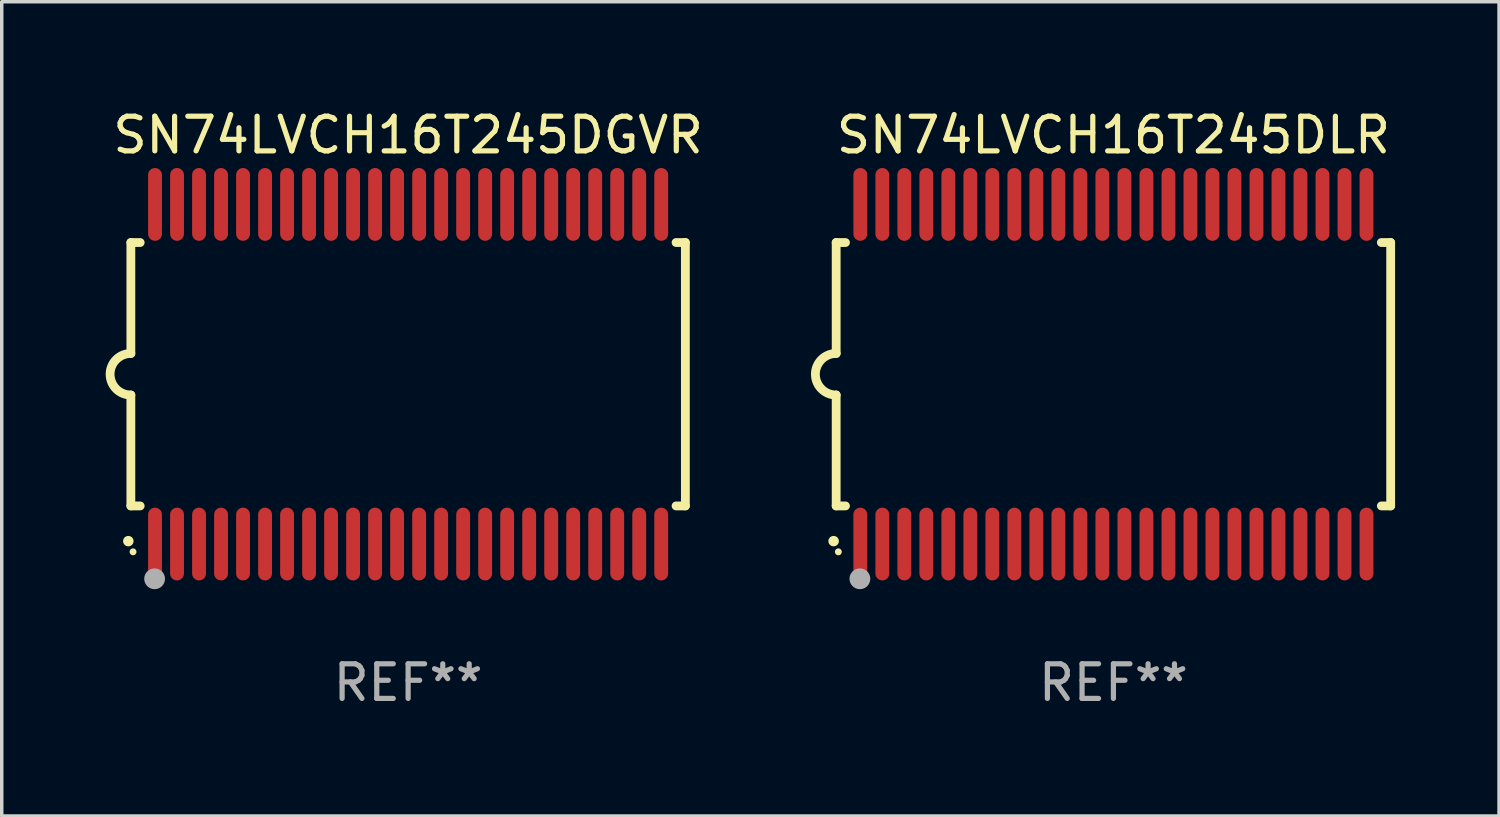
<source format=kicad_pcb>
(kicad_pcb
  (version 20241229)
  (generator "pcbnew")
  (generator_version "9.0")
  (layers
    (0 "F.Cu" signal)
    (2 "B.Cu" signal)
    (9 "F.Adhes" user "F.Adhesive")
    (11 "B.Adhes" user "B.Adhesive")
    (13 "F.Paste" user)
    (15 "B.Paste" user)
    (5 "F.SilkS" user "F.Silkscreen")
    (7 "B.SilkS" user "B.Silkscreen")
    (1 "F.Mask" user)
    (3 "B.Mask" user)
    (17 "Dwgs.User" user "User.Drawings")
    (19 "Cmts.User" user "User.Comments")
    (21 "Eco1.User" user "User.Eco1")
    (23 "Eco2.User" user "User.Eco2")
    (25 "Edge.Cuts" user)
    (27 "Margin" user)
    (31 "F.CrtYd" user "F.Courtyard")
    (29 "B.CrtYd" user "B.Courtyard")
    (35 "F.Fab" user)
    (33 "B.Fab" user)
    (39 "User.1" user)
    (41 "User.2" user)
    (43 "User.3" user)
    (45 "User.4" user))
  (footprint "SN74LVCH16T245DLR"
    (layer "F.Cu")
    (at 29.077 7.748)
    (property "Reference" "SN74LVCH16T245DLR" (at 0 -6.9 0) (layer "F.SilkS") (effects (font (size 1 1) (thickness 0.15))))
    (attr through_hole)
    (fp_line (start -8 -3.8) (end -8 -0.599) (stroke (width 0.254) (type solid)) (layer "F.SilkS"))
    (fp_line (start -8 -3.8) (end -7.731 -3.8) (stroke (width 0.254) (type solid)) (layer "F.SilkS"))
    (fp_line (start -8 3.8) (end -8 0.599) (stroke (width 0.254) (type solid)) (layer "F.SilkS"))
    (fp_line (start -7.731 3.8) (end -8 3.8) (stroke (width 0.254) (type solid)) (layer "F.SilkS"))
    (fp_line (start 7.731 -3.8) (end 8 -3.8) (stroke (width 0.254) (type solid)) (layer "F.SilkS"))
    (fp_line (start 8 -3.8) (end 8 3.8) (stroke (width 0.254) (type solid)) (layer "F.SilkS"))
    (fp_line (start 8 3.8) (end 7.731 3.8) (stroke (width 0.254) (type solid)) (layer "F.SilkS"))
    (fp_arc (start -8.074676 4.81585) (mid -8.073406 4.815845) (end -8.072136 4.81585) (stroke (width 0.3) (type solid)) (layer "F.SilkS"))
    (fp_arc (start -8.000025 0.6) (mid -8.598908 0.00056) (end -8.000027 -0.598882) (stroke (width 0.254001) (type solid)) (layer "F.SilkS"))
    (fp_circle (center -7.937 5.125) (end -7.887 5.125) (stroke (width 0.1) (type solid)) (fill no) (layer "F.SilkS"))
    (fp_circle (center -7.315 5.903) (end -7.165 5.903) (stroke (width 0.3) (type solid)) (fill no) (layer "F.Fab"))
    (fp_text user "REF**" (at 0 8.9 0) (layer "F.Fab") (effects (font (size 1 1) (thickness 0.15))))
    (pad "1" smd oval (at -7.303 4.9) (size 0.4 2.1) (layers "F.Cu" "F.Mask" "F.Paste"))
    (pad "2" smd oval (at -6.668 4.9) (size 0.4 2.1) (layers "F.Cu" "F.Mask" "F.Paste"))
    (pad "3" smd oval (at -6.033 4.9) (size 0.4 2.1) (layers "F.Cu" "F.Mask" "F.Paste"))
    (pad "4" smd oval (at -5.398 4.9) (size 0.4 2.1) (layers "F.Cu" "F.Mask" "F.Paste"))
    (pad "5" smd oval (at -4.763 4.9) (size 0.4 2.1) (layers "F.Cu" "F.Mask" "F.Paste"))
    (pad "6" smd oval (at -4.128 4.9) (size 0.4 2.1) (layers "F.Cu" "F.Mask" "F.Paste"))
    (pad "7" smd oval (at -3.493 4.9) (size 0.4 2.1) (layers "F.Cu" "F.Mask" "F.Paste"))
    (pad "8" smd oval (at -2.858 4.9) (size 0.4 2.1) (layers "F.Cu" "F.Mask" "F.Paste"))
    (pad "9" smd oval (at -2.223 4.9) (size 0.4 2.1) (layers "F.Cu" "F.Mask" "F.Paste"))
    (pad "10" smd oval (at -1.588 4.9) (size 0.4 2.1) (layers "F.Cu" "F.Mask" "F.Paste"))
    (pad "11" smd oval (at -0.953 4.9) (size 0.4 2.1) (layers "F.Cu" "F.Mask" "F.Paste"))
    (pad "12" smd oval (at -0.318 4.9) (size 0.4 2.1) (layers "F.Cu" "F.Mask" "F.Paste"))
    (pad "13" smd oval (at 0.318 4.9) (size 0.4 2.1) (layers "F.Cu" "F.Mask" "F.Paste"))
    (pad "14" smd oval (at 0.953 4.9) (size 0.4 2.1) (layers "F.Cu" "F.Mask" "F.Paste"))
    (pad "15" smd oval (at 1.588 4.9) (size 0.4 2.1) (layers "F.Cu" "F.Mask" "F.Paste"))
    (pad "16" smd oval (at 2.223 4.9) (size 0.4 2.1) (layers "F.Cu" "F.Mask" "F.Paste"))
    (pad "17" smd oval (at 2.858 4.9) (size 0.4 2.1) (layers "F.Cu" "F.Mask" "F.Paste"))
    (pad "18" smd oval (at 3.493 4.9) (size 0.4 2.1) (layers "F.Cu" "F.Mask" "F.Paste"))
    (pad "19" smd oval (at 4.128 4.9) (size 0.4 2.1) (layers "F.Cu" "F.Mask" "F.Paste"))
    (pad "20" smd oval (at 4.763 4.9) (size 0.4 2.1) (layers "F.Cu" "F.Mask" "F.Paste"))
    (pad "21" smd oval (at 5.398 4.9) (size 0.4 2.1) (layers "F.Cu" "F.Mask" "F.Paste"))
    (pad "22" smd oval (at 6.033 4.9) (size 0.4 2.1) (layers "F.Cu" "F.Mask" "F.Paste"))
    (pad "23" smd oval (at 6.668 4.9) (size 0.4 2.1) (layers "F.Cu" "F.Mask" "F.Paste"))
    (pad "24" smd oval (at 7.303 4.9) (size 0.4 2.1) (layers "F.Cu" "F.Mask" "F.Paste"))
    (pad "25" smd oval (at 7.303 -4.9 180) (size 0.4 2.1) (layers "F.Cu" "F.Mask" "F.Paste"))
    (pad "26" smd oval (at 6.668 -4.9 180) (size 0.4 2.1) (layers "F.Cu" "F.Mask" "F.Paste"))
    (pad "27" smd oval (at 6.033 -4.9 180) (size 0.4 2.1) (layers "F.Cu" "F.Mask" "F.Paste"))
    (pad "28" smd oval (at 5.398 -4.9 180) (size 0.4 2.1) (layers "F.Cu" "F.Mask" "F.Paste"))
    (pad "29" smd oval (at 4.763 -4.9 180) (size 0.4 2.1) (layers "F.Cu" "F.Mask" "F.Paste"))
    (pad "30" smd oval (at 4.128 -4.9 180) (size 0.4 2.1) (layers "F.Cu" "F.Mask" "F.Paste"))
    (pad "31" smd oval (at 3.493 -4.9 180) (size 0.4 2.1) (layers "F.Cu" "F.Mask" "F.Paste"))
    (pad "32" smd oval (at 2.858 -4.9 180) (size 0.4 2.1) (layers "F.Cu" "F.Mask" "F.Paste"))
    (pad "33" smd oval (at 2.223 -4.9 180) (size 0.4 2.1) (layers "F.Cu" "F.Mask" "F.Paste"))
    (pad "34" smd oval (at 1.588 -4.9 180) (size 0.4 2.1) (layers "F.Cu" "F.Mask" "F.Paste"))
    (pad "35" smd oval (at 0.953 -4.9 180) (size 0.4 2.1) (layers "F.Cu" "F.Mask" "F.Paste"))
    (pad "36" smd oval (at 0.318 -4.9 180) (size 0.4 2.1) (layers "F.Cu" "F.Mask" "F.Paste"))
    (pad "37" smd oval (at -0.318 -4.9 180) (size 0.4 2.1) (layers "F.Cu" "F.Mask" "F.Paste"))
    (pad "38" smd oval (at -0.953 -4.9 180) (size 0.4 2.1) (layers "F.Cu" "F.Mask" "F.Paste"))
    (pad "39" smd oval (at -1.588 -4.9 180) (size 0.4 2.1) (layers "F.Cu" "F.Mask" "F.Paste"))
    (pad "40" smd oval (at -2.223 -4.9 180) (size 0.4 2.1) (layers "F.Cu" "F.Mask" "F.Paste"))
    (pad "41" smd oval (at -2.858 -4.9 180) (size 0.4 2.1) (layers "F.Cu" "F.Mask" "F.Paste"))
    (pad "42" smd oval (at -3.493 -4.9 180) (size 0.4 2.1) (layers "F.Cu" "F.Mask" "F.Paste"))
    (pad "43" smd oval (at -4.128 -4.9 180) (size 0.4 2.1) (layers "F.Cu" "F.Mask" "F.Paste"))
    (pad "44" smd oval (at -4.763 -4.9 180) (size 0.4 2.1) (layers "F.Cu" "F.Mask" "F.Paste"))
    (pad "45" smd oval (at -5.398 -4.9 180) (size 0.4 2.1) (layers "F.Cu" "F.Mask" "F.Paste"))
    (pad "46" smd oval (at -6.033 -4.9 180) (size 0.4 2.1) (layers "F.Cu" "F.Mask" "F.Paste"))
    (pad "47" smd oval (at -6.668 -4.9 180) (size 0.4 2.1) (layers "F.Cu" "F.Mask" "F.Paste"))
    (pad "48" smd oval (at -7.303 -4.9 180) (size 0.4 2.1) (layers "F.Cu" "F.Mask" "F.Paste")))
  (footprint "SN74LVCH16T245DGVR"
    (layer "F.Cu")
    (at 8.726 7.748)
    (property "Reference" "SN74LVCH16T245DGVR" (at 0 -6.9 0) (layer "F.SilkS") (effects (font (size 1 1) (thickness 0.15))))
    (attr through_hole)
    (fp_line (start -8 -3.8) (end -8 -0.599) (stroke (width 0.254) (type solid)) (layer "F.SilkS"))
    (fp_line (start -8 -3.8) (end -7.731 -3.8) (stroke (width 0.254) (type solid)) (layer "F.SilkS"))
    (fp_line (start -8 3.8) (end -8 0.599) (stroke (width 0.254) (type solid)) (layer "F.SilkS"))
    (fp_line (start -7.731 3.8) (end -8 3.8) (stroke (width 0.254) (type solid)) (layer "F.SilkS"))
    (fp_line (start 7.731 -3.8) (end 8 -3.8) (stroke (width 0.254) (type solid)) (layer "F.SilkS"))
    (fp_line (start 8 -3.8) (end 8 3.8) (stroke (width 0.254) (type solid)) (layer "F.SilkS"))
    (fp_line (start 8 3.8) (end 7.731 3.8) (stroke (width 0.254) (type solid)) (layer "F.SilkS"))
    (fp_arc (start -8.074676 4.81585) (mid -8.073406 4.815845) (end -8.072136 4.81585) (stroke (width 0.3) (type solid)) (layer "F.SilkS"))
    (fp_arc (start -8.000025 0.6) (mid -8.598908 0.00056) (end -8.000027 -0.598882) (stroke (width 0.254001) (type solid)) (layer "F.SilkS"))
    (fp_circle (center -7.937 5.125) (end -7.887 5.125) (stroke (width 0.1) (type solid)) (fill no) (layer "F.SilkS"))
    (fp_circle (center -7.315 5.903) (end -7.165 5.903) (stroke (width 0.3) (type solid)) (fill no) (layer "F.Fab"))
    (fp_text user "REF**" (at 0 8.9 0) (layer "F.Fab") (effects (font (size 1 1) (thickness 0.15))))
    (pad "1" smd oval (at -7.303 4.9) (size 0.4 2.1) (layers "F.Cu" "F.Mask" "F.Paste"))
    (pad "2" smd oval (at -6.668 4.9) (size 0.4 2.1) (layers "F.Cu" "F.Mask" "F.Paste"))
    (pad "3" smd oval (at -6.033 4.9) (size 0.4 2.1) (layers "F.Cu" "F.Mask" "F.Paste"))
    (pad "4" smd oval (at -5.398 4.9) (size 0.4 2.1) (layers "F.Cu" "F.Mask" "F.Paste"))
    (pad "5" smd oval (at -4.763 4.9) (size 0.4 2.1) (layers "F.Cu" "F.Mask" "F.Paste"))
    (pad "6" smd oval (at -4.128 4.9) (size 0.4 2.1) (layers "F.Cu" "F.Mask" "F.Paste"))
    (pad "7" smd oval (at -3.493 4.9) (size 0.4 2.1) (layers "F.Cu" "F.Mask" "F.Paste"))
    (pad "8" smd oval (at -2.858 4.9) (size 0.4 2.1) (layers "F.Cu" "F.Mask" "F.Paste"))
    (pad "9" smd oval (at -2.223 4.9) (size 0.4 2.1) (layers "F.Cu" "F.Mask" "F.Paste"))
    (pad "10" smd oval (at -1.588 4.9) (size 0.4 2.1) (layers "F.Cu" "F.Mask" "F.Paste"))
    (pad "11" smd oval (at -0.953 4.9) (size 0.4 2.1) (layers "F.Cu" "F.Mask" "F.Paste"))
    (pad "12" smd oval (at -0.318 4.9) (size 0.4 2.1) (layers "F.Cu" "F.Mask" "F.Paste"))
    (pad "13" smd oval (at 0.318 4.9) (size 0.4 2.1) (layers "F.Cu" "F.Mask" "F.Paste"))
    (pad "14" smd oval (at 0.953 4.9) (size 0.4 2.1) (layers "F.Cu" "F.Mask" "F.Paste"))
    (pad "15" smd oval (at 1.588 4.9) (size 0.4 2.1) (layers "F.Cu" "F.Mask" "F.Paste"))
    (pad "16" smd oval (at 2.223 4.9) (size 0.4 2.1) (layers "F.Cu" "F.Mask" "F.Paste"))
    (pad "17" smd oval (at 2.858 4.9) (size 0.4 2.1) (layers "F.Cu" "F.Mask" "F.Paste"))
    (pad "18" smd oval (at 3.493 4.9) (size 0.4 2.1) (layers "F.Cu" "F.Mask" "F.Paste"))
    (pad "19" smd oval (at 4.128 4.9) (size 0.4 2.1) (layers "F.Cu" "F.Mask" "F.Paste"))
    (pad "20" smd oval (at 4.763 4.9) (size 0.4 2.1) (layers "F.Cu" "F.Mask" "F.Paste"))
    (pad "21" smd oval (at 5.398 4.9) (size 0.4 2.1) (layers "F.Cu" "F.Mask" "F.Paste"))
    (pad "22" smd oval (at 6.033 4.9) (size 0.4 2.1) (layers "F.Cu" "F.Mask" "F.Paste"))
    (pad "23" smd oval (at 6.668 4.9) (size 0.4 2.1) (layers "F.Cu" "F.Mask" "F.Paste"))
    (pad "24" smd oval (at 7.303 4.9) (size 0.4 2.1) (layers "F.Cu" "F.Mask" "F.Paste"))
    (pad "25" smd oval (at 7.303 -4.9 180) (size 0.4 2.1) (layers "F.Cu" "F.Mask" "F.Paste"))
    (pad "26" smd oval (at 6.668 -4.9 180) (size 0.4 2.1) (layers "F.Cu" "F.Mask" "F.Paste"))
    (pad "27" smd oval (at 6.033 -4.9 180) (size 0.4 2.1) (layers "F.Cu" "F.Mask" "F.Paste"))
    (pad "28" smd oval (at 5.398 -4.9 180) (size 0.4 2.1) (layers "F.Cu" "F.Mask" "F.Paste"))
    (pad "29" smd oval (at 4.763 -4.9 180) (size 0.4 2.1) (layers "F.Cu" "F.Mask" "F.Paste"))
    (pad "30" smd oval (at 4.128 -4.9 180) (size 0.4 2.1) (layers "F.Cu" "F.Mask" "F.Paste"))
    (pad "31" smd oval (at 3.493 -4.9 180) (size 0.4 2.1) (layers "F.Cu" "F.Mask" "F.Paste"))
    (pad "32" smd oval (at 2.858 -4.9 180) (size 0.4 2.1) (layers "F.Cu" "F.Mask" "F.Paste"))
    (pad "33" smd oval (at 2.223 -4.9 180) (size 0.4 2.1) (layers "F.Cu" "F.Mask" "F.Paste"))
    (pad "34" smd oval (at 1.588 -4.9 180) (size 0.4 2.1) (layers "F.Cu" "F.Mask" "F.Paste"))
    (pad "35" smd oval (at 0.953 -4.9 180) (size 0.4 2.1) (layers "F.Cu" "F.Mask" "F.Paste"))
    (pad "36" smd oval (at 0.318 -4.9 180) (size 0.4 2.1) (layers "F.Cu" "F.Mask" "F.Paste"))
    (pad "37" smd oval (at -0.318 -4.9 180) (size 0.4 2.1) (layers "F.Cu" "F.Mask" "F.Paste"))
    (pad "38" smd oval (at -0.953 -4.9 180) (size 0.4 2.1) (layers "F.Cu" "F.Mask" "F.Paste"))
    (pad "39" smd oval (at -1.588 -4.9 180) (size 0.4 2.1) (layers "F.Cu" "F.Mask" "F.Paste"))
    (pad "40" smd oval (at -2.223 -4.9 180) (size 0.4 2.1) (layers "F.Cu" "F.Mask" "F.Paste"))
    (pad "41" smd oval (at -2.858 -4.9 180) (size 0.4 2.1) (layers "F.Cu" "F.Mask" "F.Paste"))
    (pad "42" smd oval (at -3.493 -4.9 180) (size 0.4 2.1) (layers "F.Cu" "F.Mask" "F.Paste"))
    (pad "43" smd oval (at -4.128 -4.9 180) (size 0.4 2.1) (layers "F.Cu" "F.Mask" "F.Paste"))
    (pad "44" smd oval (at -4.763 -4.9 180) (size 0.4 2.1) (layers "F.Cu" "F.Mask" "F.Paste"))
    (pad "45" smd oval (at -5.398 -4.9 180) (size 0.4 2.1) (layers "F.Cu" "F.Mask" "F.Paste"))
    (pad "46" smd oval (at -6.033 -4.9 180) (size 0.4 2.1) (layers "F.Cu" "F.Mask" "F.Paste"))
    (pad "47" smd oval (at -6.668 -4.9 180) (size 0.4 2.1) (layers "F.Cu" "F.Mask" "F.Paste"))
    (pad "48" smd oval (at -7.303 -4.9 180) (size 0.4 2.1) (layers "F.Cu" "F.Mask" "F.Paste")))
  (gr_rect
    (start -3 -3)
    (end 40.204 20.496)
    (stroke (width 0.1) (type default))
    (fill no)
    (layer "Edge.Cuts")))
</source>
